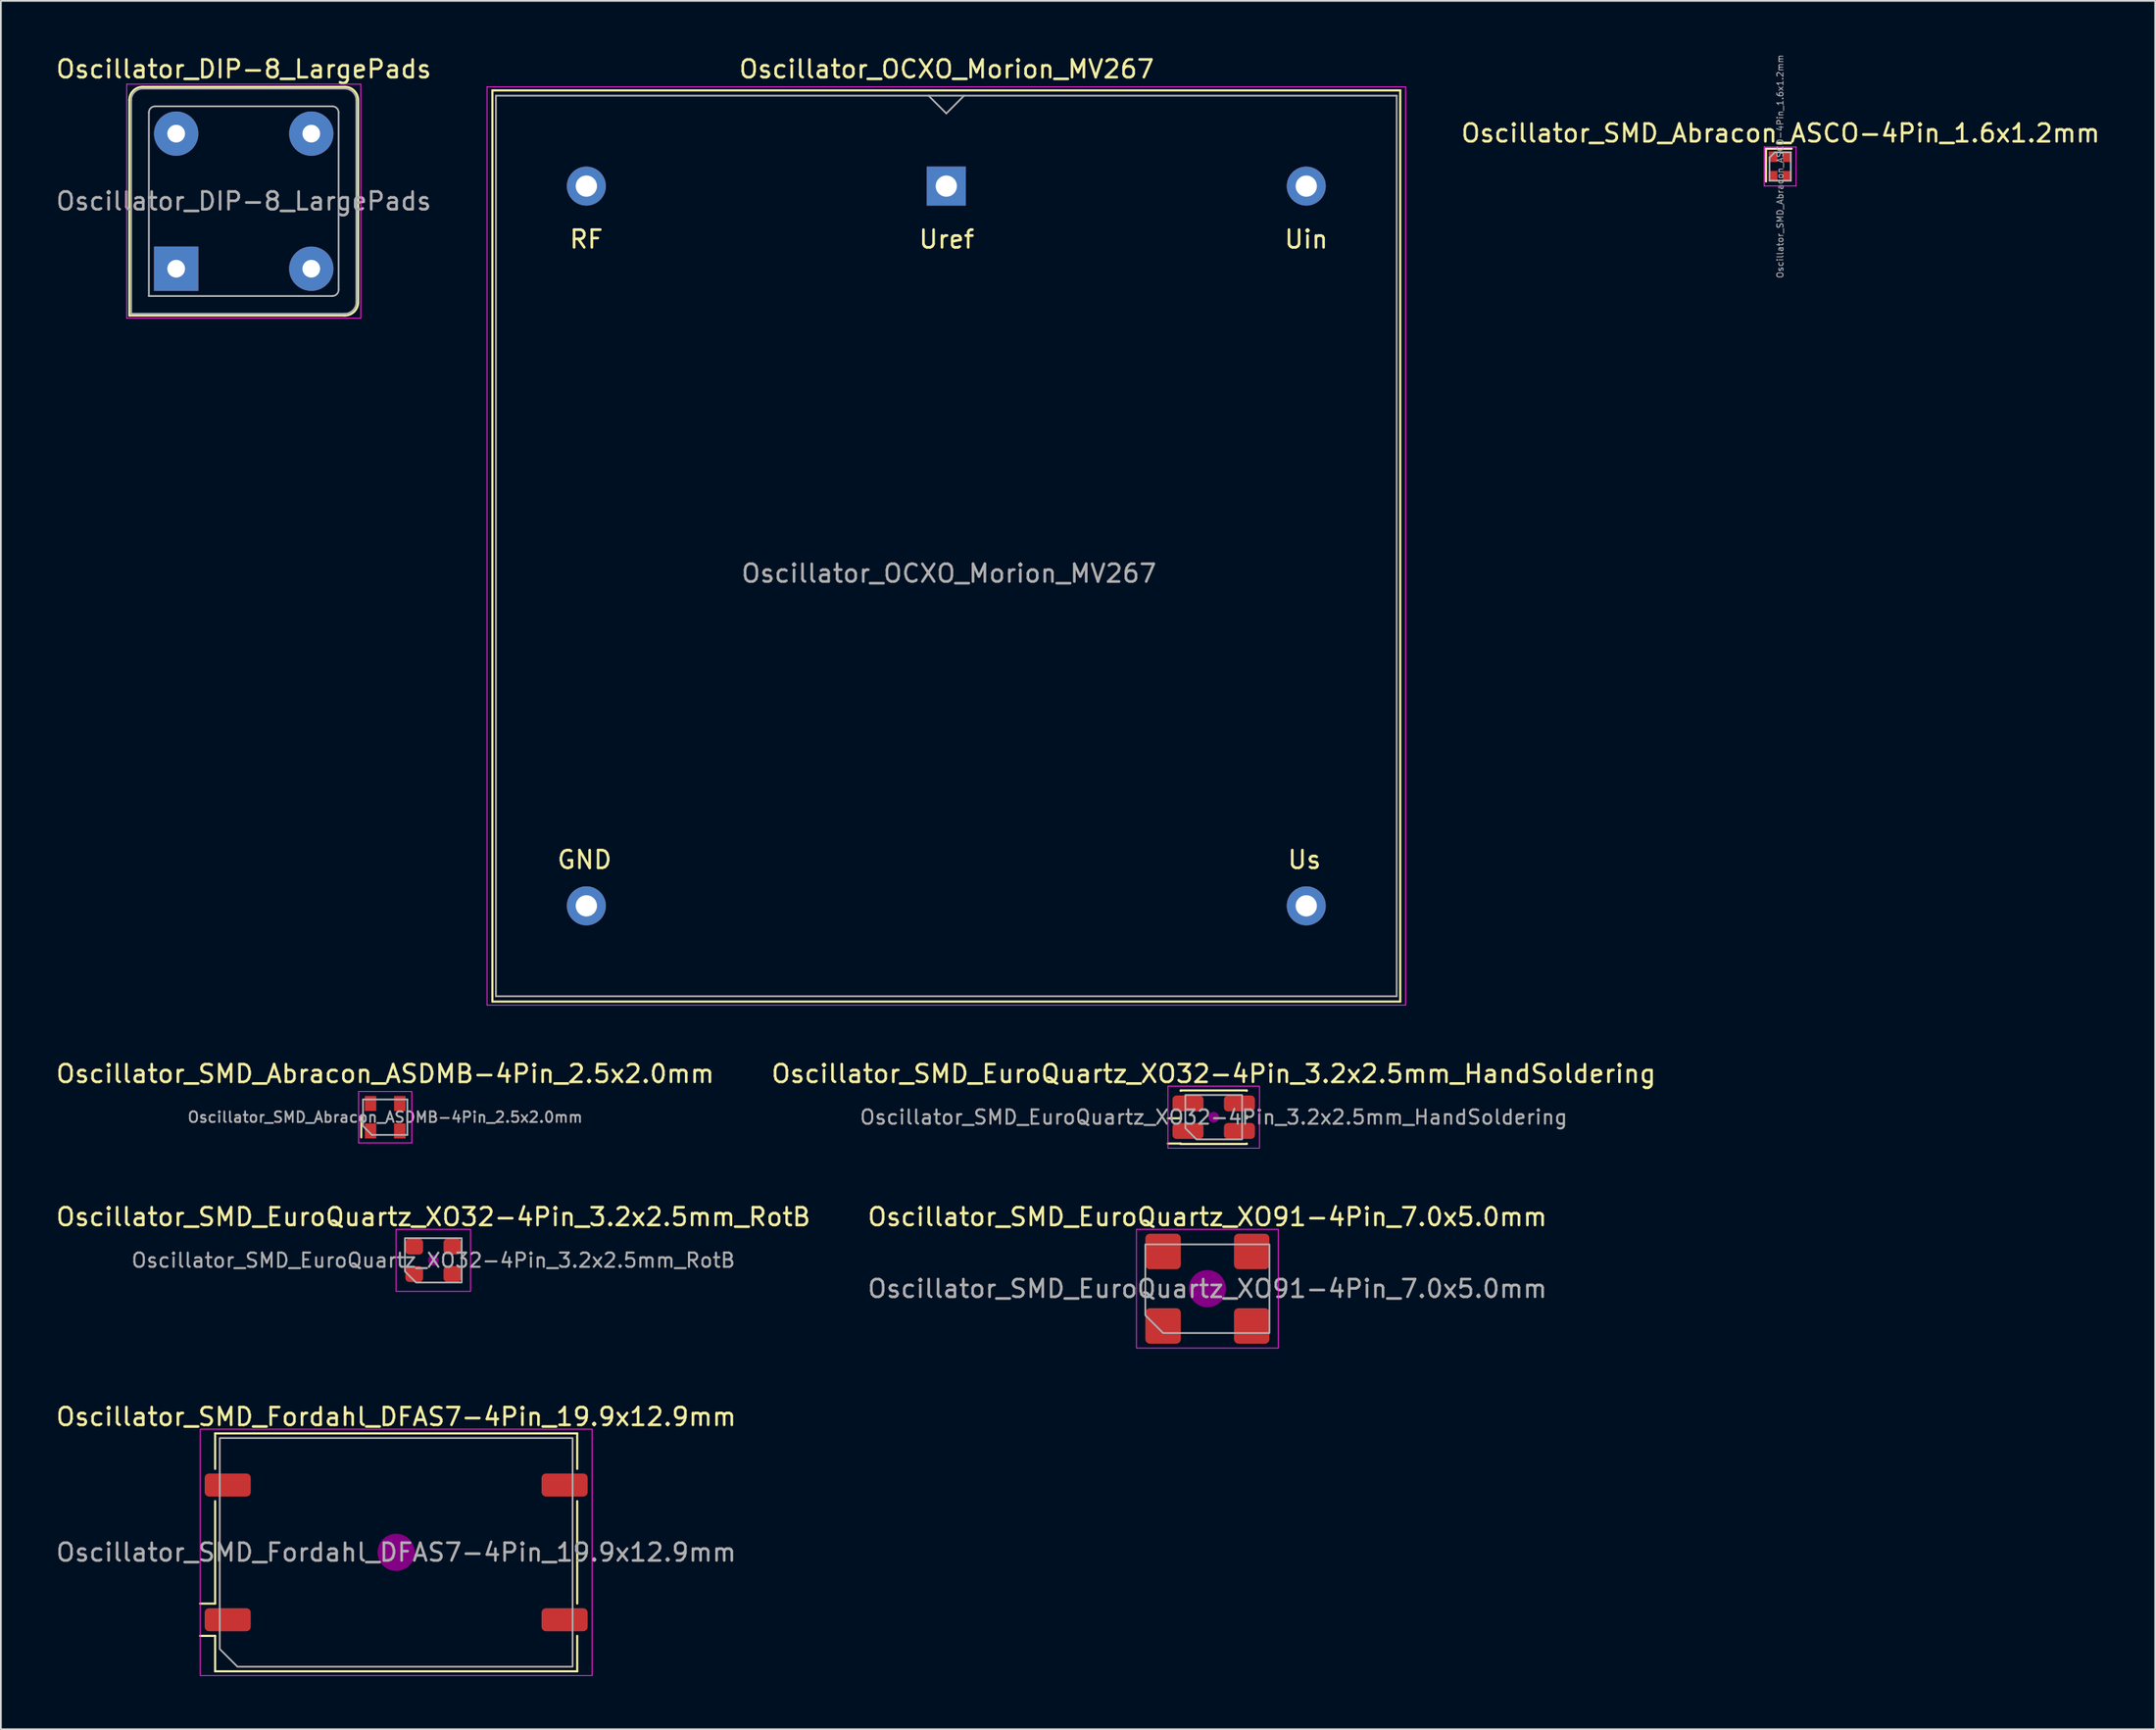
<source format=kicad_pcb>
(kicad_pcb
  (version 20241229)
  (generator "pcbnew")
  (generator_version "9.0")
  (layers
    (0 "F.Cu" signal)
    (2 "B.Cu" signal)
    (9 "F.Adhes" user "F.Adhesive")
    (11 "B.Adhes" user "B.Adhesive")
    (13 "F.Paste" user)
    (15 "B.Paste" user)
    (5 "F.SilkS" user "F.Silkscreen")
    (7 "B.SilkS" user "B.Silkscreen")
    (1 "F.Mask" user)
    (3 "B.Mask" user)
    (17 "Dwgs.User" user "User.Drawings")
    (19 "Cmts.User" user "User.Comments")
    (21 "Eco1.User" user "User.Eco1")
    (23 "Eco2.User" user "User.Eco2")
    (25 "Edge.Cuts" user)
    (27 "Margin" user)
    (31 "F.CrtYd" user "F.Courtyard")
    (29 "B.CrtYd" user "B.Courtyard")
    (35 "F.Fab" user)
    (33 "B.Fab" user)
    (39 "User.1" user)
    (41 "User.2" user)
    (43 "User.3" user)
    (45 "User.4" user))
  (footprint "Oscillator_SMD_Abracon_ASDMB-4Pin_2.5x2.0mm"
    (layer "F.Cu")
    (at 18.673 59.971)
    (property "Reference" "Oscillator_SMD_Abracon_ASDMB-4Pin_2.5x2.0mm" (at 0 -2.45 0) (layer "F.SilkS") (effects (font (size 1 1) (thickness 0.15))))
    (attr smd)
    (fp_line (start -1.35 0) (end -1.35 1.14) (stroke (width 0.12) (type solid)) (layer "F.SilkS"))
    (fp_line (start -1.5 -1.45) (end -1.5 1.45) (stroke (width 0.05) (type solid)) (layer "F.CrtYd"))
    (fp_line (start -1.5 1.45) (end 1.5 1.45) (stroke (width 0.05) (type solid)) (layer "F.CrtYd"))
    (fp_line (start 1.5 -1.45) (end -1.5 -1.45) (stroke (width 0.05) (type solid)) (layer "F.CrtYd"))
    (fp_line (start 1.5 1.45) (end 1.5 -1.45) (stroke (width 0.05) (type solid)) (layer "F.CrtYd"))
    (fp_line (start -1.25 -1) (end 1.25 -1) (stroke (width 0.1) (type solid)) (layer "F.Fab"))
    (fp_line (start -1.25 0.5) (end -1.25 -1) (stroke (width 0.1) (type solid)) (layer "F.Fab"))
    (fp_line (start -1.25 0.5) (end -0.75 1) (stroke (width 0.1) (type solid)) (layer "F.Fab"))
    (fp_line (start 1.25 -1) (end 1.25 1) (stroke (width 0.1) (type solid)) (layer "F.Fab"))
    (fp_line (start 1.25 1) (end -0.75 1) (stroke (width 0.1) (type solid)) (layer "F.Fab"))
    (fp_text user "${REFERENCE}" (at 0 0 0) (layer "F.Fab") (effects (font (size 0.6 0.6) (thickness 0.105))))
    (pad "1" smd rect (at -0.825 0.775) (size 0.65 0.85) (layers "F.Cu" "F.Mask" "F.Paste"))
    (pad "2" smd rect (at 0.825 0.775) (size 0.65 0.85) (layers "F.Cu" "F.Mask" "F.Paste"))
    (pad "3" smd rect (at 0.825 -0.775) (size 0.65 0.85) (layers "F.Cu" "F.Mask" "F.Paste"))
    (pad "4" smd rect (at -0.825 -0.775) (size 0.65 0.85) (layers "F.Cu" "F.Mask" "F.Paste")))
  (footprint "Oscillator_SMD_EuroQuartz_XO91-4Pin_7.0x5.0mm"
    (layer "F.Cu")
    (at 65.042 69.645)
    (property "Reference" "Oscillator_SMD_EuroQuartz_XO91-4Pin_7.0x5.0mm" (at 0 -4.05 0) (layer "F.SilkS") (effects (font (size 1 1) (thickness 0.15))))
    (attr smd)
    (fp_circle (center 0 0) (end 1 0) (stroke (width 0.1) (type solid)) (fill yes) (layer "F.Adhes"))
    (fp_rect (start -4 -3.35) (end 4 3.35) (stroke (width 0.05) (type solid)) (fill no) (layer "F.CrtYd"))
    (fp_poly (pts (xy -3.5 -2.5) (xy -3.5 1.5) (xy -2.5 2.5) (xy 3.5 2.5) (xy 3.5 -2.5)) (stroke (width 0.1) (type solid)) (fill no) (layer "F.Fab"))
    (fp_text user "${REFERENCE}" (at 0 0 0) (layer "F.Fab") (effects (font (size 1 1) (thickness 0.15))))
    (pad "1" smd roundrect (at -2.5 2.1) (size 2 2) (layers "F.Cu" "F.Mask" "F.Paste") (roundrect_rratio 0.125))
    (pad "2" smd roundrect (at 2.5 2.1) (size 2 2) (layers "F.Cu" "F.Mask" "F.Paste") (roundrect_rratio 0.125))
    (pad "3" smd roundrect (at 2.5 -2.1) (size 2 2) (layers "F.Cu" "F.Mask" "F.Paste") (roundrect_rratio 0.125))
    (pad "4" smd roundrect (at -2.5 -2.1) (size 2 2) (layers "F.Cu" "F.Mask" "F.Paste") (roundrect_rratio 0.125)))
  (footprint "Oscillator_SMD_EuroQuartz_XO32-4Pin_3.2x2.5mm_HandSoldering"
    (layer "F.Cu")
    (at 65.399 59.971)
    (property "Reference" "Oscillator_SMD_EuroQuartz_XO32-4Pin_3.2x2.5mm_HandSoldering" (at 0 -2.45 0) (layer "F.SilkS") (effects (font (size 1 1) (thickness 0.15))))
    (attr smd)
    (fp_line (start -2.585 0.065) (end -1.86 0.065) (stroke (width 0.12) (type solid)) (layer "F.SilkS"))
    (fp_line (start -2.585 1.485) (end -1.86 1.485) (stroke (width 0.12) (type solid)) (layer "F.SilkS"))
    (fp_line (start -1.86 -1.51) (end 1.86 -1.51) (stroke (width 0.12) (type solid)) (layer "F.SilkS"))
    (fp_line (start -1.86 -1.485) (end -1.86 -1.51) (stroke (width 0.12) (type solid)) (layer "F.SilkS"))
    (fp_line (start -1.86 0.065) (end -1.86 -0.065) (stroke (width 0.12) (type solid)) (layer "F.SilkS"))
    (fp_line (start -1.86 1.485) (end -1.86 1.51) (stroke (width 0.12) (type solid)) (layer "F.SilkS"))
    (fp_line (start -1.86 1.51) (end 1.86 1.51) (stroke (width 0.12) (type solid)) (layer "F.SilkS"))
    (fp_line (start 1.86 -1.51) (end 1.86 -1.485) (stroke (width 0.12) (type solid)) (layer "F.SilkS"))
    (fp_line (start 1.86 -0.065) (end 1.86 0.065) (stroke (width 0.12) (type solid)) (layer "F.SilkS"))
    (fp_line (start 1.86 1.51) (end 1.86 1.485) (stroke (width 0.12) (type solid)) (layer "F.SilkS"))
    (fp_circle (center 0 0) (end 0.25 0) (stroke (width 0.1) (type solid)) (fill yes) (layer "F.Adhes"))
    (fp_rect (start -2.58 -1.75) (end 2.58 1.75) (stroke (width 0.05) (type solid)) (fill no) (layer "F.CrtYd"))
    (fp_poly (pts (xy -1.6 -1.25) (xy -1.6 0.625) (xy -0.975 1.25) (xy 1.6 1.25) (xy 1.6 -1.25)) (stroke (width 0.1) (type solid)) (fill no) (layer "F.Fab"))
    (fp_text user "${REFERENCE}" (at 0 0 0) (layer "F.Fab") (effects (font (size 0.8 0.8) (thickness 0.12))))
    (pad "1" smd roundrect (at -1.45 0.775) (size 1.75 0.9) (layers "F.Cu" "F.Mask" "F.Paste") (roundrect_rratio 0.25))
    (pad "2" smd roundrect (at 1.45 0.775) (size 1.75 0.9) (layers "F.Cu" "F.Mask" "F.Paste") (roundrect_rratio 0.25))
    (pad "3" smd roundrect (at 1.45 -0.775) (size 1.75 0.9) (layers "F.Cu" "F.Mask" "F.Paste") (roundrect_rratio 0.25))
    (pad "4" smd roundrect (at -1.45 -0.775) (size 1.75 0.9) (layers "F.Cu" "F.Mask" "F.Paste") (roundrect_rratio 0.25)))
  (footprint "Oscillator_SMD_Abracon_ASCO-4Pin_1.6x1.2mm"
    (layer "F.Cu")
    (at 97.343 6.34)
    (property "Reference" "Oscillator_SMD_Abracon_ASCO-4Pin_1.6x1.2mm" (at 0.025 -1.875 0) (layer "F.SilkS") (effects (font (size 1 1) (thickness 0.15))))
    (attr smd)
    (fp_line (start -0.8 -1) (end -0.8 0.85) (stroke (width 0.12) (type solid)) (layer "F.SilkS"))
    (fp_line (start 0.65 -1) (end -0.8 -1) (stroke (width 0.12) (type solid)) (layer "F.SilkS"))
    (fp_line (start -0.9 -1.1) (end -0.9 1.1) (stroke (width 0.05) (type solid)) (layer "F.CrtYd"))
    (fp_line (start -0.9 1.1) (end 0.9 1.1) (stroke (width 0.05) (type solid)) (layer "F.CrtYd"))
    (fp_line (start 0.9 -1.1) (end -0.9 -1.1) (stroke (width 0.05) (type solid)) (layer "F.CrtYd"))
    (fp_line (start 0.9 1.1) (end 0.9 -1.1) (stroke (width 0.05) (type solid)) (layer "F.CrtYd"))
    (fp_line (start -0.6 0.8) (end -0.6 -0.5) (stroke (width 0.1) (type solid)) (layer "F.Fab"))
    (fp_line (start -0.3 -0.8) (end -0.6 -0.5) (stroke (width 0.1) (type solid)) (layer "F.Fab"))
    (fp_line (start -0.3 -0.8) (end 0.6 -0.8) (stroke (width 0.1) (type solid)) (layer "F.Fab"))
    (fp_line (start 0.6 -0.8) (end 0.6 0.8) (stroke (width 0.1) (type solid)) (layer "F.Fab"))
    (fp_line (start 0.6 0.8) (end -0.6 0.8) (stroke (width 0.1) (type solid)) (layer "F.Fab"))
    (fp_text user "${REFERENCE}" (at 0 0 270) (layer "F.Fab") (effects (font (size 0.35 0.35) (thickness 0.05))))
    (pad "1" smd rect (at -0.4 -0.55) (size 0.5 0.6) (layers "F.Cu" "F.Mask" "F.Paste"))
    (pad "2" smd rect (at -0.4 0.55) (size 0.5 0.6) (layers "F.Cu" "F.Mask" "F.Paste"))
    (pad "3" smd rect (at 0.4 0.55) (size 0.5 0.6) (layers "F.Cu" "F.Mask" "F.Paste"))
    (pad "4" smd rect (at 0.4 -0.55) (size 0.5 0.6) (layers "F.Cu" "F.Mask" "F.Paste")))
  (footprint "Oscillator_SMD_Fordahl_DFAS7-4Pin_19.9x12.9mm"
    (layer "F.Cu")
    (at 19.292 84.518)
    (property "Reference" "Oscillator_SMD_Fordahl_DFAS7-4Pin_19.9x12.9mm" (at 0 -7.65 0) (layer "F.SilkS") (effects (font (size 1 1) (thickness 0.15))))
    (attr smd)
    (fp_line (start -11.06 2.89) (end -10.21 2.89) (stroke (width 0.12) (type solid)) (layer "F.SilkS"))
    (fp_line (start -11.06 4.71) (end -10.21 4.71) (stroke (width 0.12) (type solid)) (layer "F.SilkS"))
    (fp_line (start -10.21 -6.71) (end 10.21 -6.71) (stroke (width 0.12) (type solid)) (layer "F.SilkS"))
    (fp_line (start -10.21 -4.71) (end -10.21 -6.71) (stroke (width 0.12) (type solid)) (layer "F.SilkS"))
    (fp_line (start -10.21 2.89) (end -10.21 -2.89) (stroke (width 0.12) (type solid)) (layer "F.SilkS"))
    (fp_line (start -10.21 4.71) (end -10.21 6.71) (stroke (width 0.12) (type solid)) (layer "F.SilkS"))
    (fp_line (start -10.21 6.71) (end 10.21 6.71) (stroke (width 0.12) (type solid)) (layer "F.SilkS"))
    (fp_line (start 10.21 -6.71) (end 10.21 -4.71) (stroke (width 0.12) (type solid)) (layer "F.SilkS"))
    (fp_line (start 10.21 -2.89) (end 10.21 2.89) (stroke (width 0.12) (type solid)) (layer "F.SilkS"))
    (fp_line (start 10.21 6.71) (end 10.21 4.71) (stroke (width 0.12) (type solid)) (layer "F.SilkS"))
    (fp_circle (center 0 0) (end 1 0) (stroke (width 0.1) (type solid)) (fill yes) (layer "F.Adhes"))
    (fp_rect (start -11.05 -6.95) (end 11.05 6.95) (stroke (width 0.05) (type solid)) (fill no) (layer "F.CrtYd"))
    (fp_poly (pts (xy -9.95 -6.45) (xy -9.95 5.45) (xy -8.95 6.45) (xy 9.95 6.45) (xy 9.95 -6.45)) (stroke (width 0.1) (type solid)) (fill no) (layer "F.Fab"))
    (fp_text user "${REFERENCE}" (at 0 0 0) (layer "F.Fab") (effects (font (size 1 1) (thickness 0.15))))
    (pad "1" smd roundrect (at -9.5 3.8) (size 2.6 1.3) (layers "F.Cu" "F.Mask" "F.Paste") (roundrect_rratio 0.192))
    (pad "2" smd roundrect (at 9.5 3.8) (size 2.6 1.3) (layers "F.Cu" "F.Mask" "F.Paste") (roundrect_rratio 0.192))
    (pad "3" smd roundrect (at 9.5 -3.8) (size 2.6 1.3) (layers "F.Cu" "F.Mask" "F.Paste") (roundrect_rratio 0.192))
    (pad "4" smd roundrect (at -9.5 -3.8) (size 2.6 1.3) (layers "F.Cu" "F.Mask" "F.Paste") (roundrect_rratio 0.192)))
  (footprint "Oscillator_OCXO_Morion_MV267"
    (layer "F.Cu")
    (at 50.318 7.448)
    (property "Reference" "Oscillator_OCXO_Morion_MV267" (at 0.02 -6.6 0) (layer "F.SilkS") (effects (font (size 1 1) (thickness 0.15))))
    (attr through_hole)
    (fp_line (start -25.6 -5.4) (end -25.6 46) (stroke (width 0.12) (type solid)) (layer "F.SilkS"))
    (fp_line (start -25.6 46) (end 25.6 46) (stroke (width 0.12) (type solid)) (layer "F.SilkS"))
    (fp_line (start 25.6 -5.4) (end -25.6 -5.4) (stroke (width 0.12) (type solid)) (layer "F.SilkS"))
    (fp_line (start 25.6 46) (end 25.6 -5.4) (stroke (width 0.12) (type solid)) (layer "F.SilkS"))
    (fp_line (start -25.9 -5.6) (end -25.9 46.2) (stroke (width 0.05) (type solid)) (layer "F.CrtYd"))
    (fp_line (start -25.9 -5.6) (end 25.9 -5.6) (stroke (width 0.05) (type solid)) (layer "F.CrtYd"))
    (fp_line (start 25.9 46.2) (end -25.9 46.2) (stroke (width 0.05) (type solid)) (layer "F.CrtYd"))
    (fp_line (start 25.9 46.2) (end 25.9 -5.6) (stroke (width 0.05) (type solid)) (layer "F.CrtYd"))
    (fp_line (start -25.4 -5.1) (end 25.4 -5.1) (stroke (width 0.1) (type solid)) (layer "F.Fab"))
    (fp_line (start -25.4 45.7) (end -25.4 -5.1) (stroke (width 0.1) (type solid)) (layer "F.Fab"))
    (fp_line (start -1 -5.1) (end 0 -4.1) (stroke (width 0.1) (type solid)) (layer "F.Fab"))
    (fp_line (start 0 -4.1) (end 1 -5.1) (stroke (width 0.1) (type solid)) (layer "F.Fab"))
    (fp_line (start 25.4 -5.1) (end 25.4 45.7) (stroke (width 0.1) (type solid)) (layer "F.Fab"))
    (fp_line (start 25.4 45.7) (end -25.4 45.7) (stroke (width 0.1) (type solid)) (layer "F.Fab"))
    (fp_text user "RF" (at -20.3 3 0) (layer "F.SilkS") (effects (font (size 1 1) (thickness 0.15))))
    (fp_text user "GND" (at -20.4 38 0) (layer "F.SilkS") (effects (font (size 1 1) (thickness 0.15))))
    (fp_text user "Uin" (at 20.3 3 0) (layer "F.SilkS") (effects (font (size 1 1) (thickness 0.15))))
    (fp_text user "Us" (at 20.2 38 0) (layer "F.SilkS") (effects (font (size 1 1) (thickness 0.15))))
    (fp_text user "Uref" (at 0.02 3 0) (layer "F.SilkS") (effects (font (size 1 1) (thickness 0.15))))
    (fp_text user "${REFERENCE}" (at 0.15 21.85 0) (layer "F.Fab") (effects (font (size 1 1) (thickness 0.15))))
    (pad "1" thru_hole rect (at 0 0) (size 2.2 2.2) (drill 1.2) (layers "*.Cu" "*.Mask"))
    (pad "2" thru_hole circle (at 20.3 40.6) (size 2.2 2.2) (drill 1.2) (layers "*.Cu" "*.Mask"))
    (pad "3" thru_hole circle (at -20.3 0) (size 2.2 2.2) (drill 1.2) (layers "*.Cu" "*.Mask"))
    (pad "4" thru_hole circle (at -20.3 40.6) (size 2.2 2.2) (drill 1.2) (layers "*.Cu" "*.Mask"))
    (pad "5" thru_hole circle (at 20.3 0) (size 2.2 2.2) (drill 1.2) (layers "*.Cu" "*.Mask")))
  (footprint "Oscillator_SMD_EuroQuartz_XO32-4Pin_3.2x2.5mm_RotB"
    (layer "F.Cu")
    (at 21.387 68.045)
    (property "Reference" "Oscillator_SMD_EuroQuartz_XO32-4Pin_3.2x2.5mm_RotB" (at 0 -2.45 0) (layer "F.SilkS") (effects (font (size 1 1) (thickness 0.15))))
    (attr smd)
    (fp_circle (center 0 0) (end 0.25 0) (stroke (width 0.1) (type solid)) (fill yes) (layer "F.Adhes"))
    (fp_rect (start -2.1 -1.75) (end 2.1 1.75) (stroke (width 0.05) (type solid)) (fill no) (layer "F.CrtYd"))
    (fp_poly (pts (xy -1.6 -1.25) (xy -1.6 0.625) (xy -0.975 1.25) (xy 1.6 1.25) (xy 1.6 -1.25)) (stroke (width 0.1) (type solid)) (fill no) (layer "F.Fab"))
    (fp_text user "${REFERENCE}" (at 0 0 0) (layer "F.Fab") (effects (font (size 0.8 0.8) (thickness 0.12))))
    (pad "1" smd roundrect (at -1.075 0.775) (size 1 0.9) (layers "F.Cu" "F.Mask" "F.Paste") (roundrect_rratio 0.25))
    (pad "2" smd roundrect (at 1.075 0.775) (size 1 0.9) (layers "F.Cu" "F.Mask" "F.Paste") (roundrect_rratio 0.25))
    (pad "3" smd roundrect (at 1.075 -0.775) (size 1 0.9) (layers "F.Cu" "F.Mask" "F.Paste") (roundrect_rratio 0.25))
    (pad "4" smd roundrect (at -1.075 -0.775) (size 1 0.9) (layers "F.Cu" "F.Mask" "F.Paste") (roundrect_rratio 0.25)))
  (footprint "Oscillator_DIP-8_LargePads"
    (layer "F.Cu")
    (at 6.886 12.108)
    (property "Reference" "Oscillator_DIP-8_LargePads" (at 3.81 -11.26 0) (layer "F.SilkS") (effects (font (size 1 1) (thickness 0.15))))
    (attr through_hole)
    (fp_line (start -2.64 -9.51) (end -2.64 2.64) (stroke (width 0.12) (type solid)) (layer "F.SilkS"))
    (fp_line (start -2.64 2.64) (end 9.51 2.64) (stroke (width 0.12) (type solid)) (layer "F.SilkS"))
    (fp_line (start 9.51 -10.26) (end -1.89 -10.26) (stroke (width 0.12) (type solid)) (layer "F.SilkS"))
    (fp_line (start 10.26 1.89) (end 10.26 -9.51) (stroke (width 0.12) (type solid)) (layer "F.SilkS"))
    (fp_arc (start -2.64 -9.51) (mid -2.42033 -10.04033) (end -1.89 -10.26) (stroke (width 0.12) (type solid)) (layer "F.SilkS"))
    (fp_arc (start 9.51 -10.26) (mid 10.04033 -10.04033) (end 10.26 -9.51) (stroke (width 0.12) (type solid)) (layer "F.SilkS"))
    (fp_arc (start 10.26 1.89) (mid 10.04033 2.42033) (end 9.51 2.64) (stroke (width 0.12) (type solid)) (layer "F.SilkS"))
    (fp_line (start -2.79 -10.41) (end -2.79 2.79) (stroke (width 0.05) (type solid)) (layer "F.CrtYd"))
    (fp_line (start -2.79 2.79) (end 10.41 2.79) (stroke (width 0.05) (type solid)) (layer "F.CrtYd"))
    (fp_line (start 10.41 -10.41) (end -2.79 -10.41) (stroke (width 0.05) (type solid)) (layer "F.CrtYd"))
    (fp_line (start 10.41 2.79) (end 10.41 -10.41) (stroke (width 0.05) (type solid)) (layer "F.CrtYd"))
    (fp_line (start -2.54 2.54) (end -2.54 -9.51) (stroke (width 0.1) (type solid)) (layer "F.Fab"))
    (fp_line (start -2.54 2.54) (end 9.51 2.54) (stroke (width 0.1) (type solid)) (layer "F.Fab"))
    (fp_line (start -1.89 -10.16) (end 9.51 -10.16) (stroke (width 0.1) (type solid)) (layer "F.Fab"))
    (fp_line (start -1.54 1.54) (end -1.54 -8.81) (stroke (width 0.1) (type solid)) (layer "F.Fab"))
    (fp_line (start -1.54 1.54) (end 8.81 1.54) (stroke (width 0.1) (type solid)) (layer "F.Fab"))
    (fp_line (start -1.19 -9.16) (end 8.81 -9.16) (stroke (width 0.1) (type solid)) (layer "F.Fab"))
    (fp_line (start 9.16 1.19) (end 9.16 -8.81) (stroke (width 0.1) (type solid)) (layer "F.Fab"))
    (fp_line (start 10.16 -9.51) (end 10.16 1.89) (stroke (width 0.1) (type solid)) (layer "F.Fab"))
    (fp_arc (start -2.54 -9.51) (mid -2.349619 -9.969619) (end -1.89 -10.16) (stroke (width 0.1) (type solid)) (layer "F.Fab"))
    (fp_arc (start -1.54 -8.81) (mid -1.437487 -9.057487) (end -1.19 -9.16) (stroke (width 0.1) (type solid)) (layer "F.Fab"))
    (fp_arc (start 8.81 -9.16) (mid 9.057487 -9.057487) (end 9.16 -8.81) (stroke (width 0.1) (type solid)) (layer "F.Fab"))
    (fp_arc (start 9.16 1.19) (mid 9.057487 1.437487) (end 8.81 1.54) (stroke (width 0.1) (type solid)) (layer "F.Fab"))
    (fp_arc (start 9.51 -10.16) (mid 9.969619 -9.969619) (end 10.16 -9.51) (stroke (width 0.1) (type solid)) (layer "F.Fab"))
    (fp_arc (start 10.16 1.89) (mid 9.969619 2.349619) (end 9.51 2.54) (stroke (width 0.1) (type solid)) (layer "F.Fab"))
    (fp_text user "${REFERENCE}" (at 3.81 -3.81 0) (layer "F.Fab") (effects (font (size 1 1) (thickness 0.15))))
    (pad "1" thru_hole rect (at 0 0) (size 2.5 2.5) (drill 1) (layers "*.Cu" "*.Mask"))
    (pad "4" thru_hole circle (at 7.62 0) (size 2.5 2.5) (drill 1) (layers "*.Cu" "*.Mask"))
    (pad "5" thru_hole circle (at 7.62 -7.62) (size 2.5 2.5) (drill 1) (layers "*.Cu" "*.Mask"))
    (pad "8" thru_hole circle (at 0 -7.62) (size 2.5 2.5) (drill 1) (layers "*.Cu" "*.Mask")))
  (gr_rect
    (start -3 -3)
    (end 118.493 94.493)
    (stroke (width 0.1) (type default))
    (fill no)
    (layer "Edge.Cuts")))
</source>
